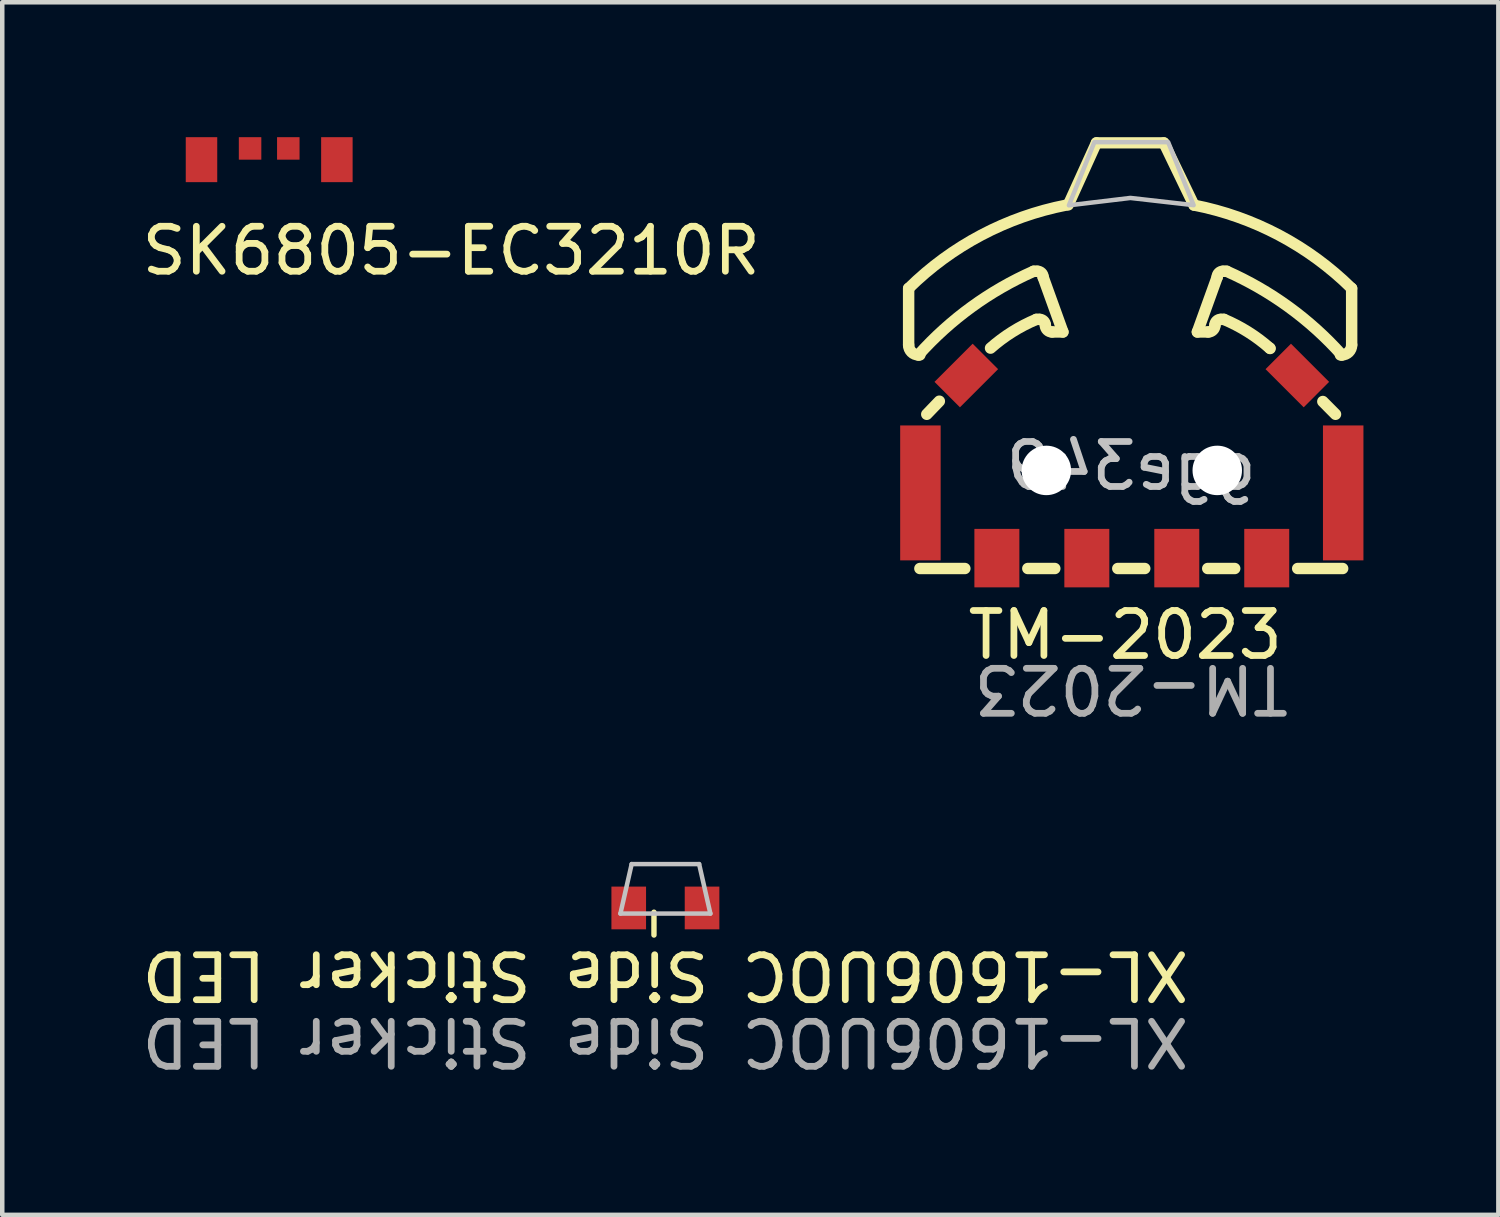
<source format=kicad_pcb>
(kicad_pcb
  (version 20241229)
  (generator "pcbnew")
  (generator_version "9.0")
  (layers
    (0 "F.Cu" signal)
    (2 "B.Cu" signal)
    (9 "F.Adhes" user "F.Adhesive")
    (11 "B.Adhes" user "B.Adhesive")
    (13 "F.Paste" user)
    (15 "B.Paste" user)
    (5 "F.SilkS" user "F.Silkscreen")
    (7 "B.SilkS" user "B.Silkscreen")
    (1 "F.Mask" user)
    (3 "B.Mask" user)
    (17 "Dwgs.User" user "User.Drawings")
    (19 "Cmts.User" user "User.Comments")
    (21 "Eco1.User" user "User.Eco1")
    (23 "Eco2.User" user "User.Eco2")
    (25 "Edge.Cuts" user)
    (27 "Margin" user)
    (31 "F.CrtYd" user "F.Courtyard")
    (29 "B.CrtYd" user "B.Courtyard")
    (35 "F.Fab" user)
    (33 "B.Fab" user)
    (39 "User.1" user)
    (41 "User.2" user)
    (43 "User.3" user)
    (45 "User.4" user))
  (footprint "TM-2023"
    (layer "F.Cu")
    (at 22.102 7.438)
    (property "Reference" "TM-2023" (at -0.133 3.631 0) (unlocked yes) (layer "F.SilkS") (effects (font (size 1 1) (thickness 0.15))))
    (attr smd)
    (fp_line (start -4.95 -4.077) (end -4.95 -2.817) (stroke (width 0.254) (type solid)) (layer "F.SilkS"))
    (fp_line (start -4.73 -2.597) (end -4.7 -2.597) (stroke (width 0.254) (type solid)) (layer "F.SilkS"))
    (fp_line (start -4.7 2.152) (end -3.7 2.152) (stroke (width 0.254) (type solid)) (layer "F.SilkS"))
    (fp_line (start -4.267 -1.568) (end -4.547 -1.277) (stroke (width 0.254) (type solid)) (layer "F.SilkS"))
    (fp_line (start -2.3 2.152) (end -1.7 2.152) (stroke (width 0.254) (type solid)) (layer "F.SilkS"))
    (fp_line (start -2.09 -4.457) (end -2.17 -4.457) (stroke (width 0.254) (type solid)) (layer "F.SilkS"))
    (fp_line (start -2.04 -3.387) (end -2.11 -3.387) (stroke (width 0.254) (type solid)) (layer "F.SilkS"))
    (fp_line (start -1.52 -3.107) (end -1.96 -4.327) (stroke (width 0.254) (type solid)) (layer "F.SilkS"))
    (fp_line (start -1.52 -3.107) (end -1.76 -3.107) (stroke (width 0.254) (type solid)) (layer "F.SilkS"))
    (fp_line (start -0.776 -7.312) (end 0.725 -7.312) (stroke (width 0.25) (type solid)) (layer "F.SilkS"))
    (fp_line (start -0.775 -7.313) (end -1.402 -5.931) (stroke (width 0.25) (type solid)) (layer "F.SilkS"))
    (fp_line (start -0.3 2.152) (end 0.3 2.152) (stroke (width 0.254) (type solid)) (layer "F.SilkS"))
    (fp_line (start 0.725 -7.312) (end 1.393 -5.927) (stroke (width 0.25) (type solid)) (layer "F.SilkS"))
    (fp_line (start 1.47 -3.107) (end 1.71 -3.107) (stroke (width 0.254) (type solid)) (layer "F.SilkS"))
    (fp_line (start 1.47 -3.107) (end 1.91 -4.327) (stroke (width 0.254) (type solid)) (layer "F.SilkS"))
    (fp_line (start 1.7 2.152) (end 2.3 2.152) (stroke (width 0.254) (type solid)) (layer "F.SilkS"))
    (fp_line (start 1.99 -3.387) (end 2.06 -3.387) (stroke (width 0.254) (type solid)) (layer "F.SilkS"))
    (fp_line (start 2.04 -4.457) (end 2.12 -4.457) (stroke (width 0.254) (type solid)) (layer "F.SilkS"))
    (fp_line (start 3.079 -2.748) (end 3.087 -2.74) (stroke (width 0.254) (type solid)) (layer "F.SilkS"))
    (fp_line (start 3.7 2.152) (end 4.7 2.152) (stroke (width 0.254) (type solid)) (layer "F.SilkS"))
    (fp_line (start 4.259 -1.561) (end 4.541 -1.277) (stroke (width 0.254) (type solid)) (layer "F.SilkS"))
    (fp_line (start 4.68 -2.597) (end 4.65 -2.597) (stroke (width 0.254) (type solid)) (layer "F.SilkS"))
    (fp_line (start 4.9 -4.077) (end 4.9 -2.817) (stroke (width 0.254) (type solid)) (layer "F.SilkS"))
    (fp_arc (start -4.95 -4.077) (mid -3.333944 -5.261193) (end -1.444703 -5.928066) (stroke (width 0.25) (type solid)) (layer "F.SilkS"))
    (fp_arc (start -4.731 -2.597) (mid -3.549969 -3.663109) (end -2.170904 -4.456583) (stroke (width 0.254) (type solid)) (layer "F.SilkS"))
    (fp_arc (start -4.73 -2.597) (mid -4.885554 -2.661427) (end -4.95 -2.816973) (stroke (width 0.254) (type solid)) (layer "F.SilkS"))
    (fp_arc (start -3.129 -2.748) (mid -2.64579 -3.108871) (end -2.110552 -3.386794) (stroke (width 0.254) (type solid)) (layer "F.SilkS"))
    (fp_arc (start -2.09 -4.457) (mid -1.998067 -4.418915) (end -1.96 -4.326975) (stroke (width 0.254) (type solid)) (layer "F.SilkS"))
    (fp_arc (start -2.04 -3.387) (mid -1.948085 -3.348933) (end -1.91 -3.257025) (stroke (width 0.254) (type solid)) (layer "F.SilkS"))
    (fp_arc (start -1.76 -3.107) (mid -1.866075 -3.150943) (end -1.91 -3.257026) (stroke (width 0.254) (type solid)) (layer "F.SilkS"))
    (fp_arc (start 1.395 -5.928) (mid 3.284167 -5.260755) (end 4.900044 -4.076227) (stroke (width 0.25) (type solid)) (layer "F.SilkS"))
    (fp_arc (start 1.86 -3.257) (mid 1.816066 -3.150934) (end 1.71 -3.107) (stroke (width 0.254) (type solid)) (layer "F.SilkS"))
    (fp_arc (start 1.86 -3.257) (mid 1.898076 -3.348924) (end 1.99 -3.387) (stroke (width 0.254) (type solid)) (layer "F.SilkS"))
    (fp_arc (start 1.91 -4.327) (mid 1.948076 -4.418924) (end 2.04 -4.457) (stroke (width 0.254) (type solid)) (layer "F.SilkS"))
    (fp_arc (start 2.06 -3.387) (mid 2.595293 -3.108985) (end 3.078539 -2.748009) (stroke (width 0.254) (type solid)) (layer "F.SilkS"))
    (fp_arc (start 2.12 -4.457) (mid 3.499204 -3.663458) (end 4.680347 -2.597243) (stroke (width 0.254) (type solid)) (layer "F.SilkS"))
    (fp_arc (start 4.9 -2.817) (mid 4.835563 -2.661437) (end 4.68 -2.597) (stroke (width 0.254) (type solid)) (layer "F.SilkS"))
    (fp_poly (pts (xy -1.386 -5.923) (xy -0.02 -6.087) (xy 1.386 -5.927) (xy 0.82 -7.327) (xy -0.82 -7.327)) (stroke (width 0.1) (type solid)) (fill no) (layer "Dwgs.User"))
    (fp_circle (center -1.9 -0.047) (end -1.7 -0.047) (stroke (width 0.4) (type solid)) (fill no) (layer "Cmts.User"))
    (fp_circle (center 1.9 -0.047) (end 2.1 -0.047) (stroke (width 0.4) (type solid)) (fill no) (layer "Cmts.User"))
    (fp_text user "gge349" (at 0 -0.127 180) (layer "Dwgs.User") (effects (font (size 1 1) (thickness 0.15)) (justify mirror)))
    (fp_text user "${REFERENCE}" (at 0 4.826 180) (unlocked yes) (layer "F.Fab") (effects (font (size 1 1) (thickness 0.15))))
    (pad "" smd rect (at -4.688 0.471 180) (size 0.9 3) (layers "F.Cu" "F.Mask" "F.Paste"))
    (pad "" smd rect (at -3.668 -2.139 225) (size 1.2 0.8) (layers "F.Cu" "F.Mask" "F.Paste"))
    (pad "" np_thru_hole circle (at -1.888 -0.029 180) (size 1.1 1.1) (drill 1.1) (layers "*.Cu" "*.Mask"))
    (pad "" np_thru_hole circle (at 1.912 -0.029 180) (size 1.1 1.1) (drill 1.1) (layers "*.Cu" "*.Mask"))
    (pad "" smd rect (at 3.692 -2.139 135) (size 1.2 0.8) (layers "F.Cu" "F.Mask" "F.Paste"))
    (pad "" smd rect (at 4.712 0.471 180) (size 0.9 3) (layers "F.Cu" "F.Mask" "F.Paste"))
    (pad "1" smd rect (at -2.988 1.921 180) (size 1 1.3) (layers "F.Cu" "F.Mask" "F.Paste"))
    (pad "2" smd rect (at 3.012 1.921 180) (size 1 1.3) (layers "F.Cu" "F.Mask" "F.Paste"))
    (pad "C" smd rect (at -0.988 1.921 180) (size 1 1.3) (layers "F.Cu" "F.Mask" "F.Paste"))
    (pad "T" smd rect (at 1.012 1.921 180) (size 1 1.3) (layers "F.Cu" "F.Mask" "F.Paste")))
  (footprint "XL-1606UOC Side Sticker LED"
    (layer "F.Cu")
    (at 11.744 17.612)
    (property "Reference" "XL-1606UOC Side Sticker LED" (at 0 1.02 180) (unlocked yes) (layer "F.SilkS") (effects (font (size 1 1) (thickness 0.15))))
    (attr smd)
    (fp_line (start -0.254 -0.381) (end -0.254 0.127) (stroke (width 0.12) (type default)) (layer "F.SilkS"))
    (fp_line (start -1 -0.35) (end -0.75 -1.45) (stroke (width 0.1) (type default)) (layer "Dwgs.User"))
    (fp_line (start -0.75 -1.45) (end 0.75 -1.45) (stroke (width 0.1) (type default)) (layer "Dwgs.User"))
    (fp_line (start 0.75 -1.45) (end 1 -0.35) (stroke (width 0.1) (type default)) (layer "Dwgs.User"))
    (fp_line (start 1 -0.35) (end -1 -0.35) (stroke (width 0.1) (type default)) (layer "Dwgs.User"))
    (fp_text user "${REFERENCE}" (at 0 2.5 180) (unlocked yes) (layer "F.Fab") (effects (font (size 1 1) (thickness 0.15))))
    (pad "1" smd rect (at -0.815 -0.475 180) (size 0.77 0.95) (layers "F.Cu" "F.Mask" "F.Paste"))
    (pad "2" smd rect (at 0.815 -0.475 180) (size 0.77 0.95) (layers "F.Cu" "F.Mask" "F.Paste")))
  (footprint "SK6805-EC3210R"
    (layer "F.Cu")
    (at 2.935 0.25)
    (property "Reference" "SK6805-EC3210R" (at 4.047 2.276 0) (unlocked yes) (layer "F.SilkS") (effects (font (size 1 1) (thickness 0.15))))
    (attr smd)
    (fp_rect (start -1.6 0.2) (end 1.6 0.7) (stroke (width 0.1) (type default)) (fill no) (layer "Eco1.User"))
    (fp_arc (start 1 0.7) (mid 0 1.7) (end -1 0.7) (stroke (width 0.1) (type default)) (layer "Eco1.User"))
    (pad "1" smd rect (at -1.505 0.25 180) (size 0.7 1) (layers "F.Cu" "F.Mask" "F.Paste"))
    (pad "2" smd rect (at -0.425 0 180) (size 0.5 0.5) (layers "F.Cu" "F.Mask" "F.Paste"))
    (pad "3" smd rect (at 1.505 0.25 180) (size 0.7 1) (layers "F.Cu" "F.Mask" "F.Paste"))
    (pad "4" smd rect (at 0.425 0 180) (size 0.5 0.5) (layers "F.Cu" "F.Mask" "F.Paste")))
  (gr_rect
    (start -3 -3)
    (end 30.264 23.96)
    (stroke (width 0.1) (type default))
    (fill no)
    (layer "Edge.Cuts")))
</source>
